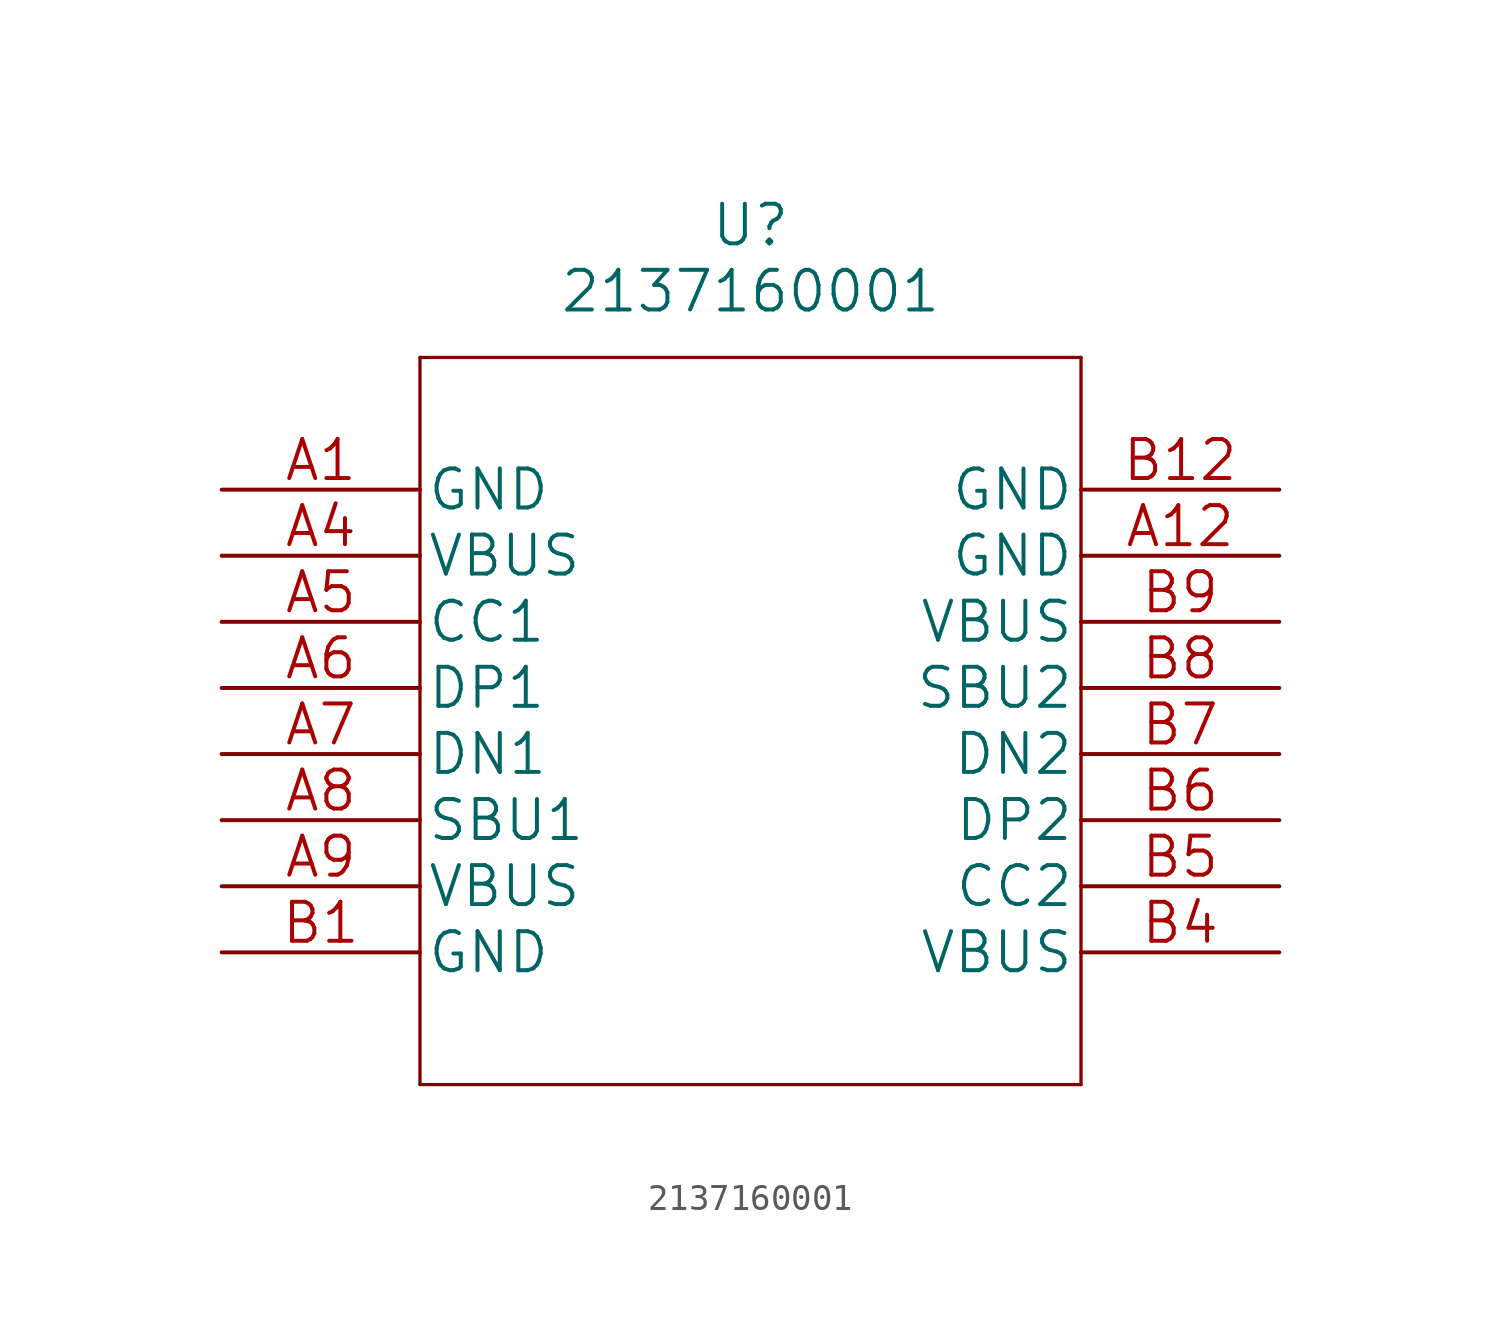
<source format=kicad_sym>
(kicad_symbol_lib
  (version 20220914)
  (generator kicad_symbol_editor)
  (symbol "2137160001"
    (pin_names
      (offset 0.254))
    (property "Reference" "U"
      (at 20.32 10.16 0)
      (effects (font (size 1.524 1.524))))
    (property "Value" "2137160001"
      (at 20.32 7.62 0)
      (effects (font (size 1.524 1.524))))
    (property "Datasheet" ""
      (at 0 0 0)
      (effects (font (size 1.524 1.524))))
    (symbol "2137160001_1_1"
      (polyline (pts (xy 7.62 -22.86) (xy 33.02 -22.86)) (stroke (width 0.127) (type solid)) (fill (type none)))
      (polyline (pts (xy 7.62 5.08) (xy 7.62 -22.86)) (stroke (width 0.127) (type solid)) (fill (type none)))
      (polyline (pts (xy 33.02 -22.86) (xy 33.02 5.08)) (stroke (width 0.127) (type solid)) (fill (type none)))
      (polyline (pts (xy 33.02 5.08) (xy 7.62 5.08)) (stroke (width 0.127) (type solid)) (fill (type none)))
      (pin power_in line (at 0 0 0) (length 7.62) (name "GND" (effects (font (size 1.499 1.499)))) (number "A1" (effects (font (size 1.499 1.499)))))
      (pin power_in line (at 40.64 -2.54 180) (length 7.62) (name "GND" (effects (font (size 1.499 1.499)))) (number "A12" (effects (font (size 1.499 1.499)))))
      (pin power_in line (at 0 -2.54 0) (length 7.62) (name "VBUS" (effects (font (size 1.499 1.499)))) (number "A4" (effects (font (size 1.499 1.499)))))
      (pin bidirectional line (at 0 -5.08 0) (length 7.62) (name "CC1" (effects (font (size 1.499 1.499)))) (number "A5" (effects (font (size 1.499 1.499)))))
      (pin bidirectional line (at 0 -7.62 0) (length 7.62) (name "DP1" (effects (font (size 1.499 1.499)))) (number "A6" (effects (font (size 1.499 1.499)))))
      (pin bidirectional line (at 0 -10.16 0) (length 7.62) (name "DN1" (effects (font (size 1.499 1.499)))) (number "A7" (effects (font (size 1.499 1.499)))))
      (pin bidirectional line (at 0 -12.7 0) (length 7.62) (name "SBU1" (effects (font (size 1.499 1.499)))) (number "A8" (effects (font (size 1.499 1.499)))))
      (pin power_in line (at 0 -15.24 0) (length 7.62) (name "VBUS" (effects (font (size 1.499 1.499)))) (number "A9" (effects (font (size 1.499 1.499)))))
      (pin power_in line (at 0 -17.78 0) (length 7.62) (name "GND" (effects (font (size 1.499 1.499)))) (number "B1" (effects (font (size 1.499 1.499)))))
      (pin power_in line (at 40.64 0 180) (length 7.62) (name "GND" (effects (font (size 1.499 1.499)))) (number "B12" (effects (font (size 1.499 1.499)))))
      (pin power_in line (at 40.64 -17.78 180) (length 7.62) (name "VBUS" (effects (font (size 1.499 1.499)))) (number "B4" (effects (font (size 1.499 1.499)))))
      (pin bidirectional line (at 40.64 -15.24 180) (length 7.62) (name "CC2" (effects (font (size 1.499 1.499)))) (number "B5" (effects (font (size 1.499 1.499)))))
      (pin bidirectional line (at 40.64 -12.7 180) (length 7.62) (name "DP2" (effects (font (size 1.499 1.499)))) (number "B6" (effects (font (size 1.499 1.499)))))
      (pin bidirectional line (at 40.64 -10.16 180) (length 7.62) (name "DN2" (effects (font (size 1.499 1.499)))) (number "B7" (effects (font (size 1.499 1.499)))))
      (pin bidirectional line (at 40.64 -7.62 180) (length 7.62) (name "SBU2" (effects (font (size 1.499 1.499)))) (number "B8" (effects (font (size 1.499 1.499)))))
      (pin power_in line (at 40.64 -5.08 180) (length 7.62) (name "VBUS" (effects (font (size 1.499 1.499)))) (number "B9" (effects (font (size 1.499 1.499))))))))
</source>
